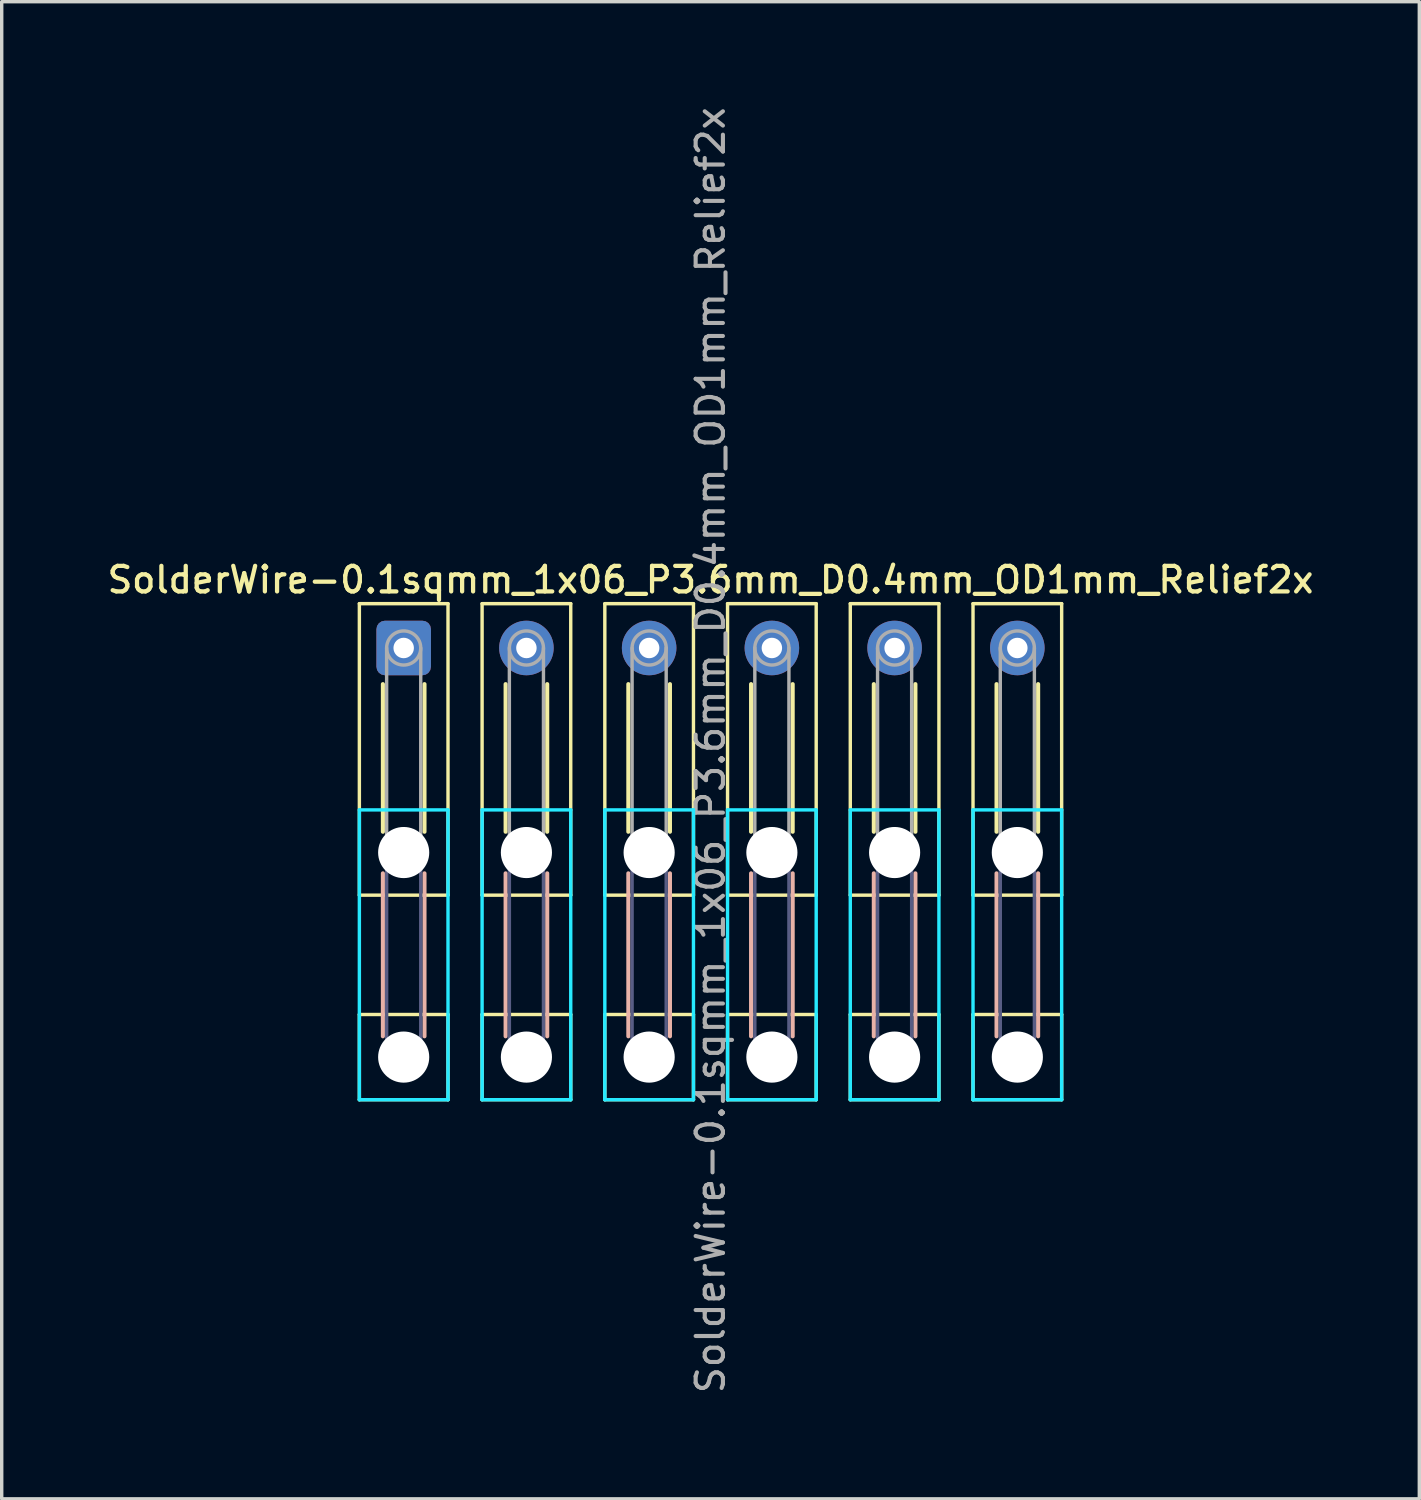
<source format=kicad_pcb>
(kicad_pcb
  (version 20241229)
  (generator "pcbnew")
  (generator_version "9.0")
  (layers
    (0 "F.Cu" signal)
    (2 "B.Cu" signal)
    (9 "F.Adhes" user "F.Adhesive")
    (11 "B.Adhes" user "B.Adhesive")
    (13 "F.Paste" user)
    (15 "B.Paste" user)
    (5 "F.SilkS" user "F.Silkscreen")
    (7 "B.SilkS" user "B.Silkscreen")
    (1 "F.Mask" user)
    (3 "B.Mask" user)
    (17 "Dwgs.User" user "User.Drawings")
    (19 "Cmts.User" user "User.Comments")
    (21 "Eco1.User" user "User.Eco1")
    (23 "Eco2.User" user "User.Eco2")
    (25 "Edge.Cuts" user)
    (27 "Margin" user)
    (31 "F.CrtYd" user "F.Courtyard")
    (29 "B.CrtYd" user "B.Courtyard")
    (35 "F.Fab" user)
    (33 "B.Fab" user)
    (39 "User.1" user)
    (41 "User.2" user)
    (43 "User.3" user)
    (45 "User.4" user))
  (footprint "SolderWire-0.1sqmm_1x06_P3.6mm_D0.4mm_OD1mm_Relief2x"
    (layer "F.Cu")
    (at 8.791 15.957)
    (property "Reference" "SolderWire-0.1sqmm_1x06_P3.6mm_D0.4mm_OD1mm_Relief2x" (at 9 -2 0) (layer "F.SilkS") (effects (font (size 0.75 0.75) (thickness 0.125))))
    (attr exclude_from_pos_files exclude_from_bom)
    (fp_line (start -1.3 -1.3) (end -1.3 7.25) (stroke (width 0.1) (type solid)) (layer "F.SilkS"))
    (fp_line (start -1.3 7.25) (end 1.3 7.25) (stroke (width 0.1) (type solid)) (layer "F.SilkS"))
    (fp_line (start -1.3 10.75) (end -1.3 13.25) (stroke (width 0.1) (type solid)) (layer "F.SilkS"))
    (fp_line (start -1.3 13.25) (end 1.3 13.25) (stroke (width 0.1) (type solid)) (layer "F.SilkS"))
    (fp_line (start -0.61 1.06) (end -0.61 5.39) (stroke (width 0.12) (type solid)) (layer "F.SilkS"))
    (fp_line (start 0.61 1.06) (end 0.61 5.39) (stroke (width 0.12) (type solid)) (layer "F.SilkS"))
    (fp_line (start 1.3 -1.3) (end -1.3 -1.3) (stroke (width 0.1) (type solid)) (layer "F.SilkS"))
    (fp_line (start 1.3 7.25) (end 1.3 -1.3) (stroke (width 0.1) (type solid)) (layer "F.SilkS"))
    (fp_line (start 1.3 10.75) (end -1.3 10.75) (stroke (width 0.1) (type solid)) (layer "F.SilkS"))
    (fp_line (start 1.3 13.25) (end 1.3 10.75) (stroke (width 0.1) (type solid)) (layer "F.SilkS"))
    (fp_line (start 2.3 -1.3) (end 2.3 7.25) (stroke (width 0.1) (type solid)) (layer "F.SilkS"))
    (fp_line (start 2.3 7.25) (end 4.9 7.25) (stroke (width 0.1) (type solid)) (layer "F.SilkS"))
    (fp_line (start 2.3 10.75) (end 2.3 13.25) (stroke (width 0.1) (type solid)) (layer "F.SilkS"))
    (fp_line (start 2.3 13.25) (end 4.9 13.25) (stroke (width 0.1) (type solid)) (layer "F.SilkS"))
    (fp_line (start 2.99 1.06) (end 2.99 5.39) (stroke (width 0.12) (type solid)) (layer "F.SilkS"))
    (fp_line (start 4.21 1.06) (end 4.21 5.39) (stroke (width 0.12) (type solid)) (layer "F.SilkS"))
    (fp_line (start 4.9 -1.3) (end 2.3 -1.3) (stroke (width 0.1) (type solid)) (layer "F.SilkS"))
    (fp_line (start 4.9 7.25) (end 4.9 -1.3) (stroke (width 0.1) (type solid)) (layer "F.SilkS"))
    (fp_line (start 4.9 10.75) (end 2.3 10.75) (stroke (width 0.1) (type solid)) (layer "F.SilkS"))
    (fp_line (start 4.9 13.25) (end 4.9 10.75) (stroke (width 0.1) (type solid)) (layer "F.SilkS"))
    (fp_line (start 5.9 -1.3) (end 5.9 7.25) (stroke (width 0.1) (type solid)) (layer "F.SilkS"))
    (fp_line (start 5.9 7.25) (end 8.5 7.25) (stroke (width 0.1) (type solid)) (layer "F.SilkS"))
    (fp_line (start 5.9 10.75) (end 5.9 13.25) (stroke (width 0.1) (type solid)) (layer "F.SilkS"))
    (fp_line (start 5.9 13.25) (end 8.5 13.25) (stroke (width 0.1) (type solid)) (layer "F.SilkS"))
    (fp_line (start 6.59 1.06) (end 6.59 5.39) (stroke (width 0.12) (type solid)) (layer "F.SilkS"))
    (fp_line (start 7.81 1.06) (end 7.81 5.39) (stroke (width 0.12) (type solid)) (layer "F.SilkS"))
    (fp_line (start 8.5 -1.3) (end 5.9 -1.3) (stroke (width 0.1) (type solid)) (layer "F.SilkS"))
    (fp_line (start 8.5 7.25) (end 8.5 -1.3) (stroke (width 0.1) (type solid)) (layer "F.SilkS"))
    (fp_line (start 8.5 10.75) (end 5.9 10.75) (stroke (width 0.1) (type solid)) (layer "F.SilkS"))
    (fp_line (start 8.5 13.25) (end 8.5 10.75) (stroke (width 0.1) (type solid)) (layer "F.SilkS"))
    (fp_line (start 9.5 -1.3) (end 9.5 7.25) (stroke (width 0.1) (type solid)) (layer "F.SilkS"))
    (fp_line (start 9.5 7.25) (end 12.1 7.25) (stroke (width 0.1) (type solid)) (layer "F.SilkS"))
    (fp_line (start 9.5 10.75) (end 9.5 13.25) (stroke (width 0.1) (type solid)) (layer "F.SilkS"))
    (fp_line (start 9.5 13.25) (end 12.1 13.25) (stroke (width 0.1) (type solid)) (layer "F.SilkS"))
    (fp_line (start 10.19 1.06) (end 10.19 5.39) (stroke (width 0.12) (type solid)) (layer "F.SilkS"))
    (fp_line (start 11.41 1.06) (end 11.41 5.39) (stroke (width 0.12) (type solid)) (layer "F.SilkS"))
    (fp_line (start 12.1 -1.3) (end 9.5 -1.3) (stroke (width 0.1) (type solid)) (layer "F.SilkS"))
    (fp_line (start 12.1 7.25) (end 12.1 -1.3) (stroke (width 0.1) (type solid)) (layer "F.SilkS"))
    (fp_line (start 12.1 10.75) (end 9.5 10.75) (stroke (width 0.1) (type solid)) (layer "F.SilkS"))
    (fp_line (start 12.1 13.25) (end 12.1 10.75) (stroke (width 0.1) (type solid)) (layer "F.SilkS"))
    (fp_line (start 13.1 -1.3) (end 13.1 7.25) (stroke (width 0.1) (type solid)) (layer "F.SilkS"))
    (fp_line (start 13.1 7.25) (end 15.7 7.25) (stroke (width 0.1) (type solid)) (layer "F.SilkS"))
    (fp_line (start 13.1 10.75) (end 13.1 13.25) (stroke (width 0.1) (type solid)) (layer "F.SilkS"))
    (fp_line (start 13.1 13.25) (end 15.7 13.25) (stroke (width 0.1) (type solid)) (layer "F.SilkS"))
    (fp_line (start 13.79 1.06) (end 13.79 5.39) (stroke (width 0.12) (type solid)) (layer "F.SilkS"))
    (fp_line (start 15.01 1.06) (end 15.01 5.39) (stroke (width 0.12) (type solid)) (layer "F.SilkS"))
    (fp_line (start 15.7 -1.3) (end 13.1 -1.3) (stroke (width 0.1) (type solid)) (layer "F.SilkS"))
    (fp_line (start 15.7 7.25) (end 15.7 -1.3) (stroke (width 0.1) (type solid)) (layer "F.SilkS"))
    (fp_line (start 15.7 10.75) (end 13.1 10.75) (stroke (width 0.1) (type solid)) (layer "F.SilkS"))
    (fp_line (start 15.7 13.25) (end 15.7 10.75) (stroke (width 0.1) (type solid)) (layer "F.SilkS"))
    (fp_line (start 16.7 -1.3) (end 16.7 7.25) (stroke (width 0.1) (type solid)) (layer "F.SilkS"))
    (fp_line (start 16.7 7.25) (end 19.3 7.25) (stroke (width 0.1) (type solid)) (layer "F.SilkS"))
    (fp_line (start 16.7 10.75) (end 16.7 13.25) (stroke (width 0.1) (type solid)) (layer "F.SilkS"))
    (fp_line (start 16.7 13.25) (end 19.3 13.25) (stroke (width 0.1) (type solid)) (layer "F.SilkS"))
    (fp_line (start 17.39 1.06) (end 17.39 5.39) (stroke (width 0.12) (type solid)) (layer "F.SilkS"))
    (fp_line (start 18.61 1.06) (end 18.61 5.39) (stroke (width 0.12) (type solid)) (layer "F.SilkS"))
    (fp_line (start 19.3 -1.3) (end 16.7 -1.3) (stroke (width 0.1) (type solid)) (layer "F.SilkS"))
    (fp_line (start 19.3 7.25) (end 19.3 -1.3) (stroke (width 0.1) (type solid)) (layer "F.SilkS"))
    (fp_line (start 19.3 10.75) (end 16.7 10.75) (stroke (width 0.1) (type solid)) (layer "F.SilkS"))
    (fp_line (start 19.3 13.25) (end 19.3 10.75) (stroke (width 0.1) (type solid)) (layer "F.SilkS"))
    (fp_line (start -0.61 6.61) (end -0.61 11.39) (stroke (width 0.12) (type solid)) (layer "B.SilkS"))
    (fp_line (start 0.61 6.61) (end 0.61 11.39) (stroke (width 0.12) (type solid)) (layer "B.SilkS"))
    (fp_line (start 2.99 6.61) (end 2.99 11.39) (stroke (width 0.12) (type solid)) (layer "B.SilkS"))
    (fp_line (start 4.21 6.61) (end 4.21 11.39) (stroke (width 0.12) (type solid)) (layer "B.SilkS"))
    (fp_line (start 6.59 6.61) (end 6.59 11.39) (stroke (width 0.12) (type solid)) (layer "B.SilkS"))
    (fp_line (start 7.81 6.61) (end 7.81 11.39) (stroke (width 0.12) (type solid)) (layer "B.SilkS"))
    (fp_line (start 10.19 6.61) (end 10.19 11.39) (stroke (width 0.12) (type solid)) (layer "B.SilkS"))
    (fp_line (start 11.41 6.61) (end 11.41 11.39) (stroke (width 0.12) (type solid)) (layer "B.SilkS"))
    (fp_line (start 13.79 6.61) (end 13.79 11.39) (stroke (width 0.12) (type solid)) (layer "B.SilkS"))
    (fp_line (start 15.01 6.61) (end 15.01 11.39) (stroke (width 0.12) (type solid)) (layer "B.SilkS"))
    (fp_line (start 17.39 6.61) (end 17.39 11.39) (stroke (width 0.12) (type solid)) (layer "B.SilkS"))
    (fp_line (start 18.61 6.61) (end 18.61 11.39) (stroke (width 0.12) (type solid)) (layer "B.SilkS"))
    (fp_line (start -1.3 4.75) (end -1.3 13.25) (stroke (width 0.1) (type solid)) (layer "B.CrtYd"))
    (fp_line (start -1.3 13.25) (end 1.3 13.25) (stroke (width 0.1) (type solid)) (layer "B.CrtYd"))
    (fp_line (start 1.3 4.75) (end -1.3 4.75) (stroke (width 0.1) (type solid)) (layer "B.CrtYd"))
    (fp_line (start 1.3 13.25) (end 1.3 4.75) (stroke (width 0.1) (type solid)) (layer "B.CrtYd"))
    (fp_line (start 2.3 4.75) (end 2.3 13.25) (stroke (width 0.1) (type solid)) (layer "B.CrtYd"))
    (fp_line (start 2.3 13.25) (end 4.9 13.25) (stroke (width 0.1) (type solid)) (layer "B.CrtYd"))
    (fp_line (start 4.9 4.75) (end 2.3 4.75) (stroke (width 0.1) (type solid)) (layer "B.CrtYd"))
    (fp_line (start 4.9 13.25) (end 4.9 4.75) (stroke (width 0.1) (type solid)) (layer "B.CrtYd"))
    (fp_line (start 5.9 4.75) (end 5.9 13.25) (stroke (width 0.1) (type solid)) (layer "B.CrtYd"))
    (fp_line (start 5.9 13.25) (end 8.5 13.25) (stroke (width 0.1) (type solid)) (layer "B.CrtYd"))
    (fp_line (start 8.5 4.75) (end 5.9 4.75) (stroke (width 0.1) (type solid)) (layer "B.CrtYd"))
    (fp_line (start 8.5 13.25) (end 8.5 4.75) (stroke (width 0.1) (type solid)) (layer "B.CrtYd"))
    (fp_line (start 9.5 4.75) (end 9.5 13.25) (stroke (width 0.1) (type solid)) (layer "B.CrtYd"))
    (fp_line (start 9.5 13.25) (end 12.1 13.25) (stroke (width 0.1) (type solid)) (layer "B.CrtYd"))
    (fp_line (start 12.1 4.75) (end 9.5 4.75) (stroke (width 0.1) (type solid)) (layer "B.CrtYd"))
    (fp_line (start 12.1 13.25) (end 12.1 4.75) (stroke (width 0.1) (type solid)) (layer "B.CrtYd"))
    (fp_line (start 13.1 4.75) (end 13.1 13.25) (stroke (width 0.1) (type solid)) (layer "B.CrtYd"))
    (fp_line (start 13.1 13.25) (end 15.7 13.25) (stroke (width 0.1) (type solid)) (layer "B.CrtYd"))
    (fp_line (start 15.7 4.75) (end 13.1 4.75) (stroke (width 0.1) (type solid)) (layer "B.CrtYd"))
    (fp_line (start 15.7 13.25) (end 15.7 4.75) (stroke (width 0.1) (type solid)) (layer "B.CrtYd"))
    (fp_line (start 16.7 4.75) (end 16.7 13.25) (stroke (width 0.1) (type solid)) (layer "B.CrtYd"))
    (fp_line (start 16.7 13.25) (end 19.3 13.25) (stroke (width 0.1) (type solid)) (layer "B.CrtYd"))
    (fp_line (start 19.3 4.75) (end 16.7 4.75) (stroke (width 0.1) (type solid)) (layer "B.CrtYd"))
    (fp_line (start 19.3 13.25) (end 19.3 4.75) (stroke (width 0.1) (type solid)) (layer "B.CrtYd"))
    (fp_line (start -0.5 6) (end -0.5 12) (stroke (width 0.1) (type solid)) (layer "B.Fab"))
    (fp_line (start 0.5 6) (end 0.5 12) (stroke (width 0.1) (type solid)) (layer "B.Fab"))
    (fp_line (start 3.1 6) (end 3.1 12) (stroke (width 0.1) (type solid)) (layer "B.Fab"))
    (fp_line (start 4.1 6) (end 4.1 12) (stroke (width 0.1) (type solid)) (layer "B.Fab"))
    (fp_line (start 6.7 6) (end 6.7 12) (stroke (width 0.1) (type solid)) (layer "B.Fab"))
    (fp_line (start 7.7 6) (end 7.7 12) (stroke (width 0.1) (type solid)) (layer "B.Fab"))
    (fp_line (start 10.3 6) (end 10.3 12) (stroke (width 0.1) (type solid)) (layer "B.Fab"))
    (fp_line (start 11.3 6) (end 11.3 12) (stroke (width 0.1) (type solid)) (layer "B.Fab"))
    (fp_line (start 13.9 6) (end 13.9 12) (stroke (width 0.1) (type solid)) (layer "B.Fab"))
    (fp_line (start 14.9 6) (end 14.9 12) (stroke (width 0.1) (type solid)) (layer "B.Fab"))
    (fp_line (start 17.5 6) (end 17.5 12) (stroke (width 0.1) (type solid)) (layer "B.Fab"))
    (fp_line (start 18.5 6) (end 18.5 12) (stroke (width 0.1) (type solid)) (layer "B.Fab"))
    (fp_circle (center 0 6) (end 0.5 6) (stroke (width 0.1) (type solid)) (fill no) (layer "B.Fab"))
    (fp_circle (center 0 12) (end 0.5 12) (stroke (width 0.1) (type solid)) (fill no) (layer "B.Fab"))
    (fp_circle (center 3.6 6) (end 4.1 6) (stroke (width 0.1) (type solid)) (fill no) (layer "B.Fab"))
    (fp_circle (center 3.6 12) (end 4.1 12) (stroke (width 0.1) (type solid)) (fill no) (layer "B.Fab"))
    (fp_circle (center 7.2 6) (end 7.7 6) (stroke (width 0.1) (type solid)) (fill no) (layer "B.Fab"))
    (fp_circle (center 7.2 12) (end 7.7 12) (stroke (width 0.1) (type solid)) (fill no) (layer "B.Fab"))
    (fp_circle (center 10.8 6) (end 11.3 6) (stroke (width 0.1) (type solid)) (fill no) (layer "B.Fab"))
    (fp_circle (center 10.8 12) (end 11.3 12) (stroke (width 0.1) (type solid)) (fill no) (layer "B.Fab"))
    (fp_circle (center 14.4 6) (end 14.9 6) (stroke (width 0.1) (type solid)) (fill no) (layer "B.Fab"))
    (fp_circle (center 14.4 12) (end 14.9 12) (stroke (width 0.1) (type solid)) (fill no) (layer "B.Fab"))
    (fp_circle (center 18 6) (end 18.5 6) (stroke (width 0.1) (type solid)) (fill no) (layer "B.Fab"))
    (fp_circle (center 18 12) (end 18.5 12) (stroke (width 0.1) (type solid)) (fill no) (layer "B.Fab"))
    (fp_line (start -0.5 0) (end -0.5 6) (stroke (width 0.1) (type solid)) (layer "F.Fab"))
    (fp_line (start 0.5 0) (end 0.5 6) (stroke (width 0.1) (type solid)) (layer "F.Fab"))
    (fp_line (start 3.1 0) (end 3.1 6) (stroke (width 0.1) (type solid)) (layer "F.Fab"))
    (fp_line (start 4.1 0) (end 4.1 6) (stroke (width 0.1) (type solid)) (layer "F.Fab"))
    (fp_line (start 6.7 0) (end 6.7 6) (stroke (width 0.1) (type solid)) (layer "F.Fab"))
    (fp_line (start 7.7 0) (end 7.7 6) (stroke (width 0.1) (type solid)) (layer "F.Fab"))
    (fp_line (start 10.3 0) (end 10.3 6) (stroke (width 0.1) (type solid)) (layer "F.Fab"))
    (fp_line (start 11.3 0) (end 11.3 6) (stroke (width 0.1) (type solid)) (layer "F.Fab"))
    (fp_line (start 13.9 0) (end 13.9 6) (stroke (width 0.1) (type solid)) (layer "F.Fab"))
    (fp_line (start 14.9 0) (end 14.9 6) (stroke (width 0.1) (type solid)) (layer "F.Fab"))
    (fp_line (start 17.5 0) (end 17.5 6) (stroke (width 0.1) (type solid)) (layer "F.Fab"))
    (fp_line (start 18.5 0) (end 18.5 6) (stroke (width 0.1) (type solid)) (layer "F.Fab"))
    (fp_circle (center 0 0) (end 0.5 0) (stroke (width 0.1) (type solid)) (fill no) (layer "F.Fab"))
    (fp_circle (center 0 6) (end 0.5 6) (stroke (width 0.1) (type solid)) (fill no) (layer "F.Fab"))
    (fp_circle (center 0 12) (end 0.5 12) (stroke (width 0.1) (type solid)) (fill no) (layer "F.Fab"))
    (fp_circle (center 3.6 0) (end 4.1 0) (stroke (width 0.1) (type solid)) (fill no) (layer "F.Fab"))
    (fp_circle (center 3.6 6) (end 4.1 6) (stroke (width 0.1) (type solid)) (fill no) (layer "F.Fab"))
    (fp_circle (center 3.6 12) (end 4.1 12) (stroke (width 0.1) (type solid)) (fill no) (layer "F.Fab"))
    (fp_circle (center 7.2 0) (end 7.7 0) (stroke (width 0.1) (type solid)) (fill no) (layer "F.Fab"))
    (fp_circle (center 7.2 6) (end 7.7 6) (stroke (width 0.1) (type solid)) (fill no) (layer "F.Fab"))
    (fp_circle (center 7.2 12) (end 7.7 12) (stroke (width 0.1) (type solid)) (fill no) (layer "F.Fab"))
    (fp_circle (center 10.8 0) (end 11.3 0) (stroke (width 0.1) (type solid)) (fill no) (layer "F.Fab"))
    (fp_circle (center 10.8 6) (end 11.3 6) (stroke (width 0.1) (type solid)) (fill no) (layer "F.Fab"))
    (fp_circle (center 10.8 12) (end 11.3 12) (stroke (width 0.1) (type solid)) (fill no) (layer "F.Fab"))
    (fp_circle (center 14.4 0) (end 14.9 0) (stroke (width 0.1) (type solid)) (fill no) (layer "F.Fab"))
    (fp_circle (center 14.4 6) (end 14.9 6) (stroke (width 0.1) (type solid)) (fill no) (layer "F.Fab"))
    (fp_circle (center 14.4 12) (end 14.9 12) (stroke (width 0.1) (type solid)) (fill no) (layer "F.Fab"))
    (fp_circle (center 18 0) (end 18.5 0) (stroke (width 0.1) (type solid)) (fill no) (layer "F.Fab"))
    (fp_circle (center 18 6) (end 18.5 6) (stroke (width 0.1) (type solid)) (fill no) (layer "F.Fab"))
    (fp_circle (center 18 12) (end 18.5 12) (stroke (width 0.1) (type solid)) (fill no) (layer "F.Fab"))
    (fp_text user "${REFERENCE}" (at 9 3 90) (layer "F.Fab") (effects (font (size 0.8 0.8) (thickness 0.12))))
    (pad "" np_thru_hole circle (at 0 6) (size 1.5 1.5) (drill 1.5) (layers "*.Cu" "*.Mask"))
    (pad "" np_thru_hole circle (at 0 12) (size 1.5 1.5) (drill 1.5) (layers "*.Cu" "*.Mask"))
    (pad "" np_thru_hole circle (at 3.6 6) (size 1.5 1.5) (drill 1.5) (layers "*.Cu" "*.Mask"))
    (pad "" np_thru_hole circle (at 3.6 12) (size 1.5 1.5) (drill 1.5) (layers "*.Cu" "*.Mask"))
    (pad "" np_thru_hole circle (at 7.2 6) (size 1.5 1.5) (drill 1.5) (layers "*.Cu" "*.Mask"))
    (pad "" np_thru_hole circle (at 7.2 12) (size 1.5 1.5) (drill 1.5) (layers "*.Cu" "*.Mask"))
    (pad "" np_thru_hole circle (at 10.8 6) (size 1.5 1.5) (drill 1.5) (layers "*.Cu" "*.Mask"))
    (pad "" np_thru_hole circle (at 10.8 12) (size 1.5 1.5) (drill 1.5) (layers "*.Cu" "*.Mask"))
    (pad "" np_thru_hole circle (at 14.4 6) (size 1.5 1.5) (drill 1.5) (layers "*.Cu" "*.Mask"))
    (pad "" np_thru_hole circle (at 14.4 12) (size 1.5 1.5) (drill 1.5) (layers "*.Cu" "*.Mask"))
    (pad "" np_thru_hole circle (at 18 6) (size 1.5 1.5) (drill 1.5) (layers "*.Cu" "*.Mask"))
    (pad "" np_thru_hole circle (at 18 12) (size 1.5 1.5) (drill 1.5) (layers "*.Cu" "*.Mask"))
    (pad "1" thru_hole roundrect (at 0 0) (size 1.6 1.6) (drill 0.6) (layers "*.Cu" "*.Mask") (roundrect_rratio 0.156))
    (pad "2" thru_hole circle (at 3.6 0) (size 1.6 1.6) (drill 0.6) (layers "*.Cu" "*.Mask"))
    (pad "3" thru_hole circle (at 7.2 0) (size 1.6 1.6) (drill 0.6) (layers "*.Cu" "*.Mask"))
    (pad "4" thru_hole circle (at 10.8 0) (size 1.6 1.6) (drill 0.6) (layers "*.Cu" "*.Mask"))
    (pad "5" thru_hole circle (at 14.4 0) (size 1.6 1.6) (drill 0.6) (layers "*.Cu" "*.Mask"))
    (pad "6" thru_hole circle (at 18 0) (size 1.6 1.6) (drill 0.6) (layers "*.Cu" "*.Mask")))
  (gr_rect
    (start -3 -3)
    (end 38.582 40.914)
    (stroke (width 0.1) (type default))
    (fill no)
    (layer "Edge.Cuts")))
</source>
